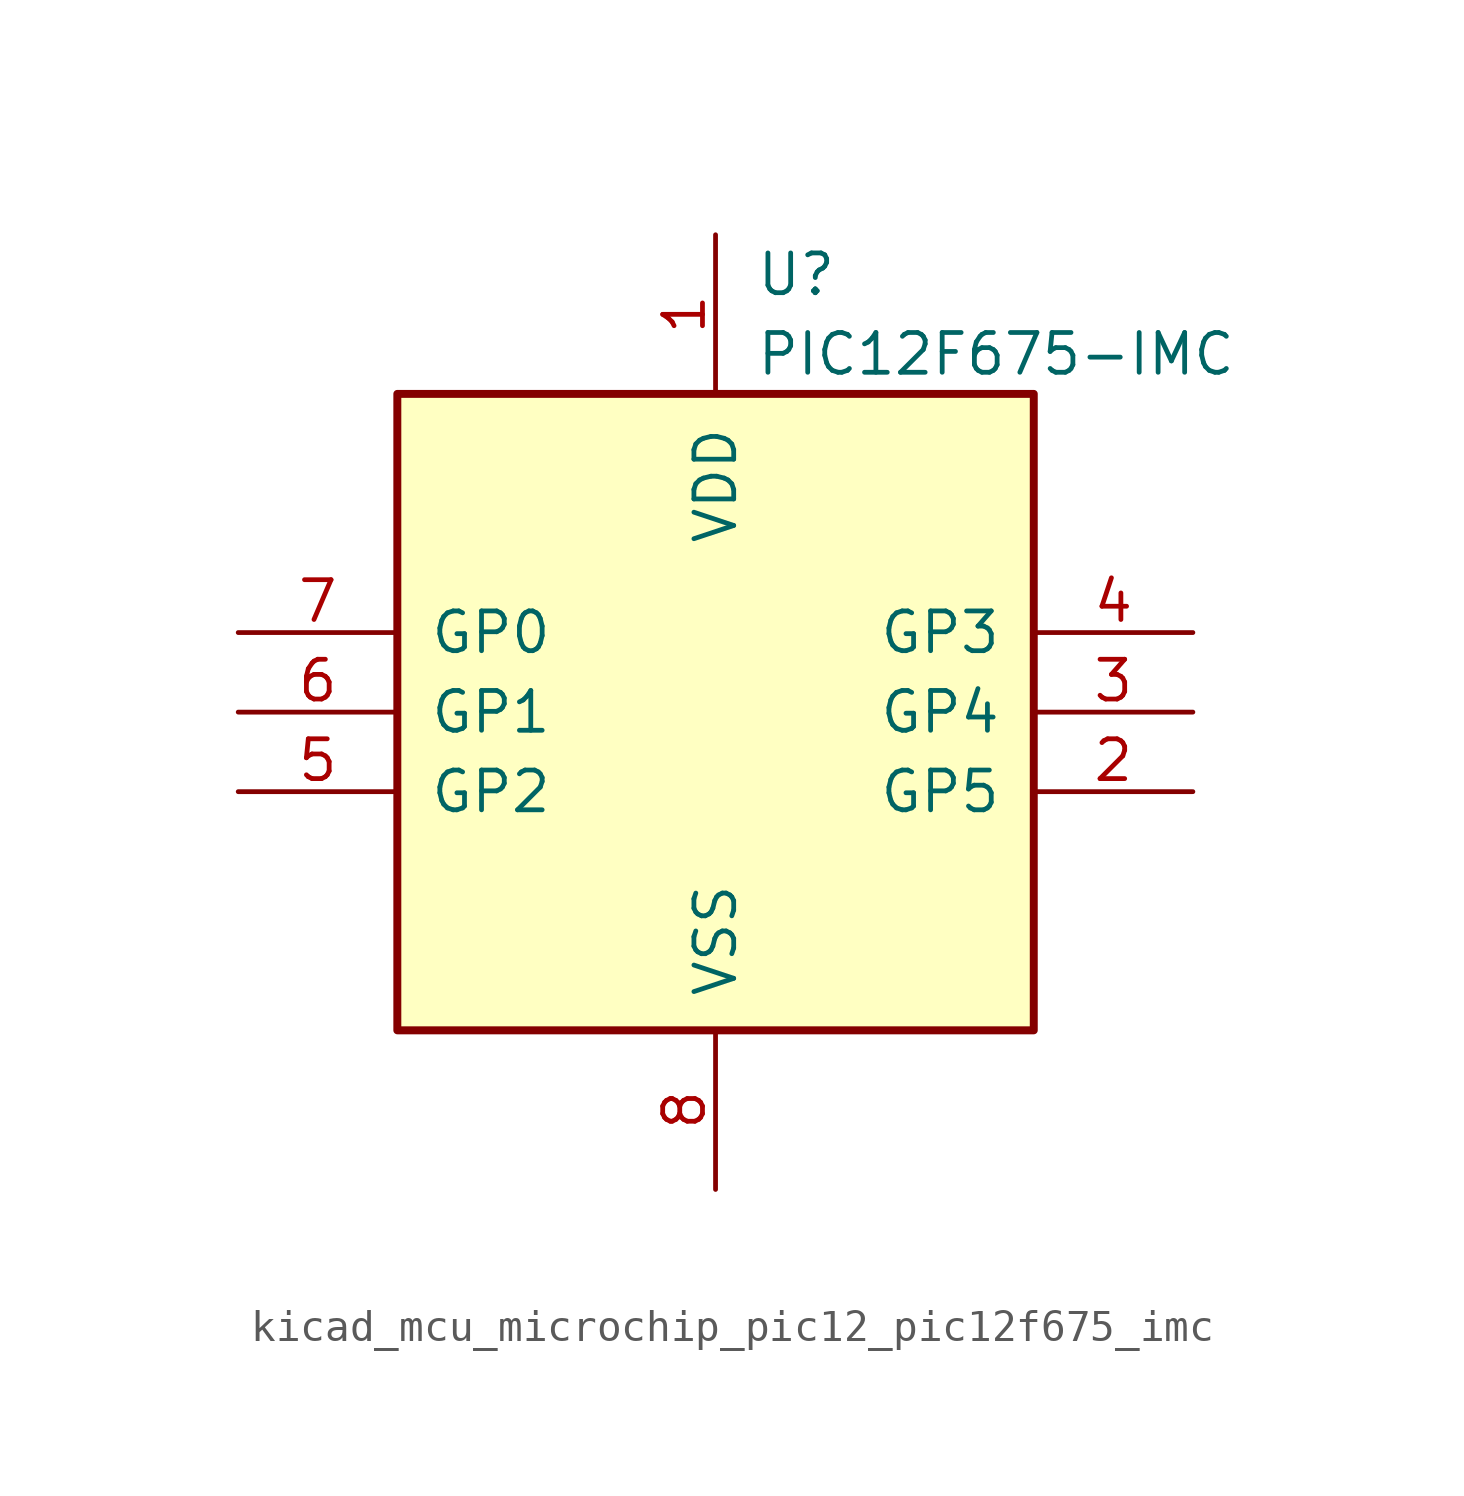
<source format=kicad_sym>
(kicad_symbol_lib
  (version 20220914)
  (generator kicad_symbol_editor)
  (symbol "kicad_mcu_microchip_pic12_pic12f675_imc"
    (pin_names
      (offset 1.016))
    (property "Reference" "U"
      (at 1.27 13.97 0)
      (effects (font (size 1.27 1.27)) (justify left)))
    (property "Value" "PIC12F675-IMC"
      (at 1.27 11.43 0)
      (effects (font (size 1.27 1.27)) (justify left)))
    (symbol "kicad_mcu_microchip_pic12_pic12f675_imc_0_1"
      (rectangle (start 10.16 -10.16) (end -10.16 10.16) (stroke (width 0.254) (type default)) (fill (type background))))
    (symbol "kicad_mcu_microchip_pic12_pic12f675_imc_1_1"
      (pin power_in line (at 0 15.24 270) (length 5.08) (name "VDD" (effects (font (size 1.27 1.27)))) (number "1" (effects (font (size 1.27 1.27)))))
      (pin bidirectional line (at 15.24 -2.54 180) (length 5.08) (name "GP5" (effects (font (size 1.27 1.27)))) (number "2" (effects (font (size 1.27 1.27)))))
      (pin bidirectional line (at 15.24 0 180) (length 5.08) (name "GP4" (effects (font (size 1.27 1.27)))) (number "3" (effects (font (size 1.27 1.27)))))
      (pin input line (at 15.24 2.54 180) (length 5.08) (name "GP3" (effects (font (size 1.27 1.27)))) (number "4" (effects (font (size 1.27 1.27)))))
      (pin bidirectional line (at -15.24 -2.54 0) (length 5.08) (name "GP2" (effects (font (size 1.27 1.27)))) (number "5" (effects (font (size 1.27 1.27)))))
      (pin bidirectional line (at -15.24 0 0) (length 5.08) (name "GP1" (effects (font (size 1.27 1.27)))) (number "6" (effects (font (size 1.27 1.27)))))
      (pin bidirectional line (at -15.24 2.54 0) (length 5.08) (name "GP0" (effects (font (size 1.27 1.27)))) (number "7" (effects (font (size 1.27 1.27)))))
      (pin power_in line (at 0 -15.24 90) (length 5.08) (name "VSS" (effects (font (size 1.27 1.27)))) (number "8" (effects (font (size 1.27 1.27))))))))
</source>
